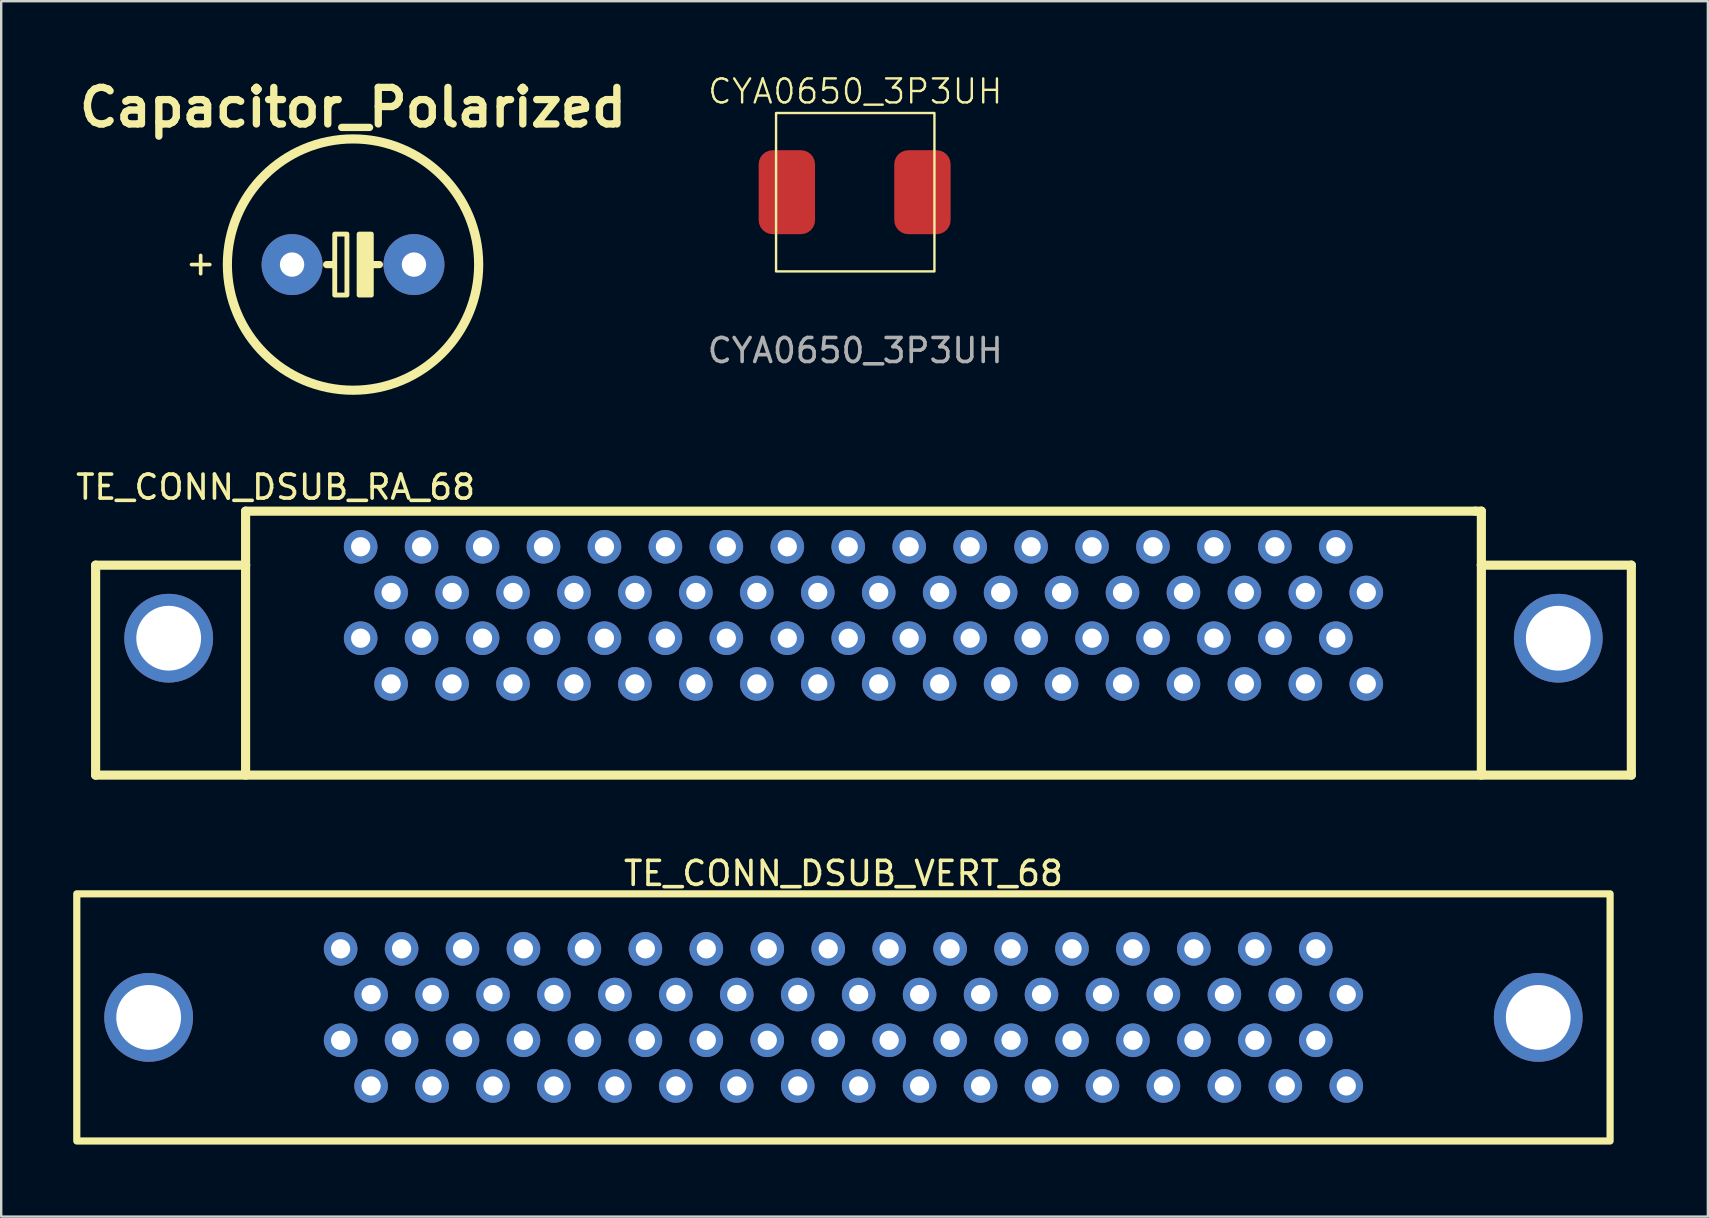
<source format=kicad_pcb>
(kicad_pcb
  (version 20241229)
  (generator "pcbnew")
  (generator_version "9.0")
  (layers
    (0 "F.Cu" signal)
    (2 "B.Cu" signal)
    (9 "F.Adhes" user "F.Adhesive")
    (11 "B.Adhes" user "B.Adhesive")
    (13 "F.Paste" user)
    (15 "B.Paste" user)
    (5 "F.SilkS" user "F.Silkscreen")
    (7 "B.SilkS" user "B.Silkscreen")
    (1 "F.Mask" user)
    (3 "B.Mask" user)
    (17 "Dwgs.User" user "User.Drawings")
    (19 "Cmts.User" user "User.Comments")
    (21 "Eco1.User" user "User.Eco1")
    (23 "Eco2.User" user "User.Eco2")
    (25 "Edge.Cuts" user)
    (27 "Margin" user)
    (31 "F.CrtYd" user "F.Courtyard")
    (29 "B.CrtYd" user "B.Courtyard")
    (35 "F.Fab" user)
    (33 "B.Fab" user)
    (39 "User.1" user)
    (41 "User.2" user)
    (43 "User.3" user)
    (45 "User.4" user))
  (footprint "Capacitor_Polarized"
    (layer "F.Cu")
    (at 11.662 7.976)
    (property "Reference" "Capacitor_Polarized" (at 0 -6.55 180) (layer "F.SilkS") (effects (font (size 1.524 1.524) (thickness 0.305))))
    (attr exclude_from_pos_files exclude_from_bom)
    (fp_line (start -6.35 -0.381) (end -6.35 0.381) (stroke (width 0.152) (type solid)) (layer "F.SilkS"))
    (fp_line (start -5.969 0) (end -6.731 0) (stroke (width 0.152) (type solid)) (layer "F.SilkS"))
    (fp_line (start -0.85 0) (end -1.1 0) (stroke (width 0.3) (type default)) (layer "F.SilkS"))
    (fp_line (start 0.85 0) (end 1.1 0) (stroke (width 0.3) (type default)) (layer "F.SilkS"))
    (fp_rect (start -0.762 -1.27) (end -0.254 1.27) (stroke (width 0.203) (type solid)) (fill no) (layer "F.SilkS"))
    (fp_rect (start 0.254 -1.27) (end 0.762 1.27) (stroke (width 0.203) (type solid)) (fill yes) (layer "F.SilkS"))
    (fp_circle (center 0 0) (end 1.27 -5.08) (stroke (width 0.381) (type solid)) (fill no) (layer "F.SilkS"))
    (pad "1" thru_hole circle (at -2.54 0) (size 2.54 2.54) (drill 1.016) (layers "*.Cu" "*.Mask"))
    (pad "2" thru_hole circle (at 2.54 0) (size 2.54 2.54) (drill 1.016) (layers "*.Cu" "*.Mask")))
  (footprint "CYA0650_3P3UH"
    (layer "F.Cu")
    (at 32.592 4.96)
    (property "Reference" "CYA0650_3P3UH" (at 0 -4.2 0) (unlocked yes) (layer "F.SilkS") (effects (font (size 1 1) (thickness 0.1))))
    (attr smd)
    (fp_rect (start -3.3 -3.3) (end 3.3 3.3) (stroke (width 0.1) (type default)) (fill no) (layer "F.SilkS"))
    (fp_text user "${REFERENCE}" (at 0 6.6 0) (unlocked yes) (layer "F.Fab") (effects (font (size 1 1) (thickness 0.15))))
    (pad "1" smd roundrect (at -2.85 0) (size 2.35 3.5) (layers "F.Cu" "F.Mask" "F.Paste") (roundrect_rratio 0.25))
    (pad "2" smd roundrect (at 2.8 0) (size 2.35 3.5) (layers "F.Cu" "F.Mask" "F.Paste") (roundrect_rratio 0.25)))
  (footprint "TE_CONN_DSUB_VERT_68"
    (layer "F.Cu")
    (at 32.1 39.35)
    (property "Reference" "TE_CONN_DSUB_VERT_68" (at 0 -6 0) (layer "F.SilkS") (effects (font (size 1 1) (thickness 0.15))))
    (fp_rect (start -31.95 -5.15) (end 31.95 5.15) (stroke (width 0.3) (type default)) (fill no) (layer "F.SilkS"))
    (pad "1" thru_hole circle (at -20.955 -2.857) (size 1.4 1.4) (drill 0.8) (layers "*.Cu" "*.Mask"))
    (pad "2" thru_hole circle (at -19.685 -0.953) (size 1.4 1.4) (drill 0.8) (layers "*.Cu" "*.Mask"))
    (pad "3" thru_hole circle (at -18.415 -2.857) (size 1.4 1.4) (drill 0.8) (layers "*.Cu" "*.Mask"))
    (pad "4" thru_hole circle (at -17.145 -0.953) (size 1.4 1.4) (drill 0.8) (layers "*.Cu" "*.Mask"))
    (pad "5" thru_hole circle (at -15.875 -2.857) (size 1.4 1.4) (drill 0.8) (layers "*.Cu" "*.Mask"))
    (pad "6" thru_hole circle (at -14.605 -0.953) (size 1.4 1.4) (drill 0.8) (layers "*.Cu" "*.Mask"))
    (pad "7" thru_hole circle (at -13.335 -2.857) (size 1.4 1.4) (drill 0.8) (layers "*.Cu" "*.Mask"))
    (pad "8" thru_hole circle (at -12.065 -0.953) (size 1.4 1.4) (drill 0.8) (layers "*.Cu" "*.Mask"))
    (pad "9" thru_hole circle (at -10.795 -2.857) (size 1.4 1.4) (drill 0.8) (layers "*.Cu" "*.Mask"))
    (pad "10" thru_hole circle (at -9.525 -0.953) (size 1.4 1.4) (drill 0.8) (layers "*.Cu" "*.Mask"))
    (pad "11" thru_hole circle (at -8.255 -2.857) (size 1.4 1.4) (drill 0.8) (layers "*.Cu" "*.Mask"))
    (pad "12" thru_hole circle (at -6.985 -0.953) (size 1.4 1.4) (drill 0.8) (layers "*.Cu" "*.Mask"))
    (pad "13" thru_hole circle (at -5.715 -2.857) (size 1.4 1.4) (drill 0.8) (layers "*.Cu" "*.Mask"))
    (pad "14" thru_hole circle (at -4.445 -0.953) (size 1.4 1.4) (drill 0.8) (layers "*.Cu" "*.Mask"))
    (pad "15" thru_hole circle (at -3.175 -2.857) (size 1.4 1.4) (drill 0.8) (layers "*.Cu" "*.Mask"))
    (pad "16" thru_hole circle (at -1.905 -0.953) (size 1.4 1.4) (drill 0.8) (layers "*.Cu" "*.Mask"))
    (pad "17" thru_hole circle (at -0.635 -2.857) (size 1.4 1.4) (drill 0.8) (layers "*.Cu" "*.Mask"))
    (pad "18" thru_hole circle (at 0.635 -0.953) (size 1.4 1.4) (drill 0.8) (layers "*.Cu" "*.Mask"))
    (pad "19" thru_hole circle (at 1.905 -2.857) (size 1.4 1.4) (drill 0.8) (layers "*.Cu" "*.Mask"))
    (pad "20" thru_hole circle (at 3.175 -0.953) (size 1.4 1.4) (drill 0.8) (layers "*.Cu" "*.Mask"))
    (pad "21" thru_hole circle (at 4.445 -2.857) (size 1.4 1.4) (drill 0.8) (layers "*.Cu" "*.Mask"))
    (pad "22" thru_hole circle (at 5.715 -0.953) (size 1.4 1.4) (drill 0.8) (layers "*.Cu" "*.Mask"))
    (pad "23" thru_hole circle (at 6.985 -2.857) (size 1.4 1.4) (drill 0.8) (layers "*.Cu" "*.Mask"))
    (pad "24" thru_hole circle (at 8.255 -0.953) (size 1.4 1.4) (drill 0.8) (layers "*.Cu" "*.Mask"))
    (pad "25" thru_hole circle (at 9.525 -2.857) (size 1.4 1.4) (drill 0.8) (layers "*.Cu" "*.Mask"))
    (pad "26" thru_hole circle (at 10.795 -0.953) (size 1.4 1.4) (drill 0.8) (layers "*.Cu" "*.Mask"))
    (pad "27" thru_hole circle (at 12.065 -2.857) (size 1.4 1.4) (drill 0.8) (layers "*.Cu" "*.Mask"))
    (pad "28" thru_hole circle (at 13.335 -0.953) (size 1.4 1.4) (drill 0.8) (layers "*.Cu" "*.Mask"))
    (pad "29" thru_hole circle (at 14.605 -2.857) (size 1.4 1.4) (drill 0.8) (layers "*.Cu" "*.Mask"))
    (pad "30" thru_hole circle (at 15.875 -0.953) (size 1.4 1.4) (drill 0.8) (layers "*.Cu" "*.Mask"))
    (pad "31" thru_hole circle (at 17.145 -2.857) (size 1.4 1.4) (drill 0.8) (layers "*.Cu" "*.Mask"))
    (pad "32" thru_hole circle (at 18.415 -0.953) (size 1.4 1.4) (drill 0.8) (layers "*.Cu" "*.Mask"))
    (pad "33" thru_hole circle (at 19.685 -2.857) (size 1.4 1.4) (drill 0.8) (layers "*.Cu" "*.Mask"))
    (pad "34" thru_hole circle (at 20.955 -0.953) (size 1.4 1.4) (drill 0.8) (layers "*.Cu" "*.Mask"))
    (pad "35" thru_hole circle (at -20.955 0.953) (size 1.4 1.4) (drill 0.8) (layers "*.Cu" "*.Mask"))
    (pad "36" thru_hole circle (at -19.685 2.857) (size 1.4 1.4) (drill 0.8) (layers "*.Cu" "*.Mask"))
    (pad "37" thru_hole circle (at -18.415 0.953) (size 1.4 1.4) (drill 0.8) (layers "*.Cu" "*.Mask"))
    (pad "38" thru_hole circle (at -17.145 2.857) (size 1.4 1.4) (drill 0.8) (layers "*.Cu" "*.Mask"))
    (pad "39" thru_hole circle (at -15.875 0.953) (size 1.4 1.4) (drill 0.8) (layers "*.Cu" "*.Mask"))
    (pad "40" thru_hole circle (at -14.605 2.857) (size 1.4 1.4) (drill 0.8) (layers "*.Cu" "*.Mask"))
    (pad "41" thru_hole circle (at -13.335 0.953) (size 1.4 1.4) (drill 0.8) (layers "*.Cu" "*.Mask"))
    (pad "42" thru_hole circle (at -12.065 2.857) (size 1.4 1.4) (drill 0.8) (layers "*.Cu" "*.Mask"))
    (pad "43" thru_hole circle (at -10.795 0.953) (size 1.4 1.4) (drill 0.8) (layers "*.Cu" "*.Mask"))
    (pad "44" thru_hole circle (at -9.525 2.857) (size 1.4 1.4) (drill 0.8) (layers "*.Cu" "*.Mask"))
    (pad "45" thru_hole circle (at -8.255 0.953) (size 1.4 1.4) (drill 0.8) (layers "*.Cu" "*.Mask"))
    (pad "46" thru_hole circle (at -6.985 2.857) (size 1.4 1.4) (drill 0.8) (layers "*.Cu" "*.Mask"))
    (pad "47" thru_hole circle (at -5.715 0.953) (size 1.4 1.4) (drill 0.8) (layers "*.Cu" "*.Mask"))
    (pad "48" thru_hole circle (at -4.445 2.857) (size 1.4 1.4) (drill 0.8) (layers "*.Cu" "*.Mask"))
    (pad "49" thru_hole circle (at -3.175 0.953) (size 1.4 1.4) (drill 0.8) (layers "*.Cu" "*.Mask"))
    (pad "50" thru_hole circle (at -1.905 2.857) (size 1.4 1.4) (drill 0.8) (layers "*.Cu" "*.Mask"))
    (pad "51" thru_hole circle (at -0.635 0.953) (size 1.4 1.4) (drill 0.8) (layers "*.Cu" "*.Mask"))
    (pad "52" thru_hole circle (at 0.635 2.857) (size 1.4 1.4) (drill 0.8) (layers "*.Cu" "*.Mask"))
    (pad "53" thru_hole circle (at 1.905 0.953) (size 1.4 1.4) (drill 0.8) (layers "*.Cu" "*.Mask"))
    (pad "54" thru_hole circle (at 3.175 2.857) (size 1.4 1.4) (drill 0.8) (layers "*.Cu" "*.Mask"))
    (pad "55" thru_hole circle (at 4.445 0.953) (size 1.4 1.4) (drill 0.8) (layers "*.Cu" "*.Mask"))
    (pad "56" thru_hole circle (at 5.715 2.857) (size 1.4 1.4) (drill 0.8) (layers "*.Cu" "*.Mask"))
    (pad "57" thru_hole circle (at 6.985 0.953) (size 1.4 1.4) (drill 0.8) (layers "*.Cu" "*.Mask"))
    (pad "58" thru_hole circle (at 8.255 2.857) (size 1.4 1.4) (drill 0.8) (layers "*.Cu" "*.Mask"))
    (pad "59" thru_hole circle (at 9.525 0.953) (size 1.4 1.4) (drill 0.8) (layers "*.Cu" "*.Mask"))
    (pad "60" thru_hole circle (at 10.795 2.857) (size 1.4 1.4) (drill 0.8) (layers "*.Cu" "*.Mask"))
    (pad "61" thru_hole circle (at 12.065 0.953) (size 1.4 1.4) (drill 0.8) (layers "*.Cu" "*.Mask"))
    (pad "62" thru_hole circle (at 13.335 2.857) (size 1.4 1.4) (drill 0.8) (layers "*.Cu" "*.Mask"))
    (pad "63" thru_hole circle (at 14.605 0.953) (size 1.4 1.4) (drill 0.8) (layers "*.Cu" "*.Mask"))
    (pad "64" thru_hole circle (at 15.875 2.857) (size 1.4 1.4) (drill 0.8) (layers "*.Cu" "*.Mask"))
    (pad "65" thru_hole circle (at 17.145 0.953) (size 1.4 1.4) (drill 0.8) (layers "*.Cu" "*.Mask"))
    (pad "66" thru_hole circle (at 18.415 2.857) (size 1.4 1.4) (drill 0.8) (layers "*.Cu" "*.Mask"))
    (pad "67" thru_hole circle (at 19.685 0.953) (size 1.4 1.4) (drill 0.8) (layers "*.Cu" "*.Mask"))
    (pad "68" thru_hole circle (at 20.955 2.857) (size 1.4 1.4) (drill 0.8) (layers "*.Cu" "*.Mask"))
    (pad "69" thru_hole circle (at -28.955 0) (size 3.7 3.7) (drill 2.7) (layers "*.Cu" "*.Mask"))
    (pad "70" thru_hole circle (at 28.955 0) (size 3.7 3.7) (drill 2.7) (layers "*.Cu" "*.Mask")))
  (footprint "TE_CONN_DSUB_RA_68"
    (layer "F.Cu")
    (at 32.935 29.252)
    (property "Reference" "TE_CONN_DSUB_RA_68" (at -24.5 -12 0) (layer "F.SilkS") (effects (font (size 1 1) (thickness 0.15))))
    (fp_line (start -32 -8.75) (end -25.75 -8.75) (stroke (width 0.381) (type solid)) (layer "F.SilkS"))
    (fp_line (start -32 0) (end -32 -8.75) (stroke (width 0.381) (type solid)) (layer "F.SilkS"))
    (fp_line (start -32 0) (end 32 0) (stroke (width 0.381) (type solid)) (layer "F.SilkS"))
    (fp_line (start -25.75 -11) (end 25.5 -11) (stroke (width 0.381) (type solid)) (layer "F.SilkS"))
    (fp_line (start -25.75 -8.75) (end -25.75 -11) (stroke (width 0.381) (type solid)) (layer "F.SilkS"))
    (fp_line (start -25.75 0) (end -25.75 -8.75) (stroke (width 0.381) (type solid)) (layer "F.SilkS"))
    (fp_line (start 25.5 -11) (end 25.75 -11) (stroke (width 0.381) (type solid)) (layer "F.SilkS"))
    (fp_line (start 25.75 -11) (end 25.75 -8.75) (stroke (width 0.381) (type solid)) (layer "F.SilkS"))
    (fp_line (start 25.75 -8.75) (end 32 -8.75) (stroke (width 0.381) (type solid)) (layer "F.SilkS"))
    (fp_line (start 25.75 0) (end 25.75 -8.75) (stroke (width 0.381) (type solid)) (layer "F.SilkS"))
    (fp_line (start 32 0) (end 32 -8.75) (stroke (width 0.381) (type solid)) (layer "F.SilkS"))
    (pad "1" thru_hole circle (at -20.955 -9.515) (size 1.4 1.4) (drill 0.8) (layers "*.Cu" "*.Mask"))
    (pad "2" thru_hole circle (at -19.685 -7.61) (size 1.4 1.4) (drill 0.8) (layers "*.Cu" "*.Mask"))
    (pad "3" thru_hole circle (at -18.415 -9.515) (size 1.4 1.4) (drill 0.8) (layers "*.Cu" "*.Mask"))
    (pad "4" thru_hole circle (at -17.145 -7.61) (size 1.4 1.4) (drill 0.8) (layers "*.Cu" "*.Mask"))
    (pad "5" thru_hole circle (at -15.875 -9.515) (size 1.4 1.4) (drill 0.8) (layers "*.Cu" "*.Mask"))
    (pad "6" thru_hole circle (at -14.605 -7.61) (size 1.4 1.4) (drill 0.8) (layers "*.Cu" "*.Mask"))
    (pad "7" thru_hole circle (at -13.335 -9.515) (size 1.4 1.4) (drill 0.8) (layers "*.Cu" "*.Mask"))
    (pad "8" thru_hole circle (at -12.065 -7.61) (size 1.4 1.4) (drill 0.8) (layers "*.Cu" "*.Mask"))
    (pad "9" thru_hole circle (at -10.795 -9.515) (size 1.4 1.4) (drill 0.8) (layers "*.Cu" "*.Mask"))
    (pad "10" thru_hole circle (at -9.525 -7.61) (size 1.4 1.4) (drill 0.8) (layers "*.Cu" "*.Mask"))
    (pad "11" thru_hole circle (at -8.255 -9.515) (size 1.4 1.4) (drill 0.8) (layers "*.Cu" "*.Mask"))
    (pad "12" thru_hole circle (at -6.985 -7.61) (size 1.4 1.4) (drill 0.8) (layers "*.Cu" "*.Mask"))
    (pad "13" thru_hole circle (at -5.715 -9.515) (size 1.4 1.4) (drill 0.8) (layers "*.Cu" "*.Mask"))
    (pad "14" thru_hole circle (at -4.445 -7.61) (size 1.4 1.4) (drill 0.8) (layers "*.Cu" "*.Mask"))
    (pad "15" thru_hole circle (at -3.175 -9.515) (size 1.4 1.4) (drill 0.8) (layers "*.Cu" "*.Mask"))
    (pad "16" thru_hole circle (at -1.905 -7.61) (size 1.4 1.4) (drill 0.8) (layers "*.Cu" "*.Mask"))
    (pad "17" thru_hole circle (at -0.635 -9.515) (size 1.4 1.4) (drill 0.8) (layers "*.Cu" "*.Mask"))
    (pad "18" thru_hole circle (at 0.635 -7.61) (size 1.4 1.4) (drill 0.8) (layers "*.Cu" "*.Mask"))
    (pad "19" thru_hole circle (at 1.905 -9.515) (size 1.4 1.4) (drill 0.8) (layers "*.Cu" "*.Mask"))
    (pad "20" thru_hole circle (at 3.175 -7.61) (size 1.4 1.4) (drill 0.8) (layers "*.Cu" "*.Mask"))
    (pad "21" thru_hole circle (at 4.445 -9.515) (size 1.4 1.4) (drill 0.8) (layers "*.Cu" "*.Mask"))
    (pad "22" thru_hole circle (at 5.715 -7.61) (size 1.4 1.4) (drill 0.8) (layers "*.Cu" "*.Mask"))
    (pad "23" thru_hole circle (at 6.985 -9.515) (size 1.4 1.4) (drill 0.8) (layers "*.Cu" "*.Mask"))
    (pad "24" thru_hole circle (at 8.255 -7.61) (size 1.4 1.4) (drill 0.8) (layers "*.Cu" "*.Mask"))
    (pad "25" thru_hole circle (at 9.525 -9.515) (size 1.4 1.4) (drill 0.8) (layers "*.Cu" "*.Mask"))
    (pad "26" thru_hole circle (at 10.795 -7.61) (size 1.4 1.4) (drill 0.8) (layers "*.Cu" "*.Mask"))
    (pad "27" thru_hole circle (at 12.065 -9.515) (size 1.4 1.4) (drill 0.8) (layers "*.Cu" "*.Mask"))
    (pad "28" thru_hole circle (at 13.335 -7.61) (size 1.4 1.4) (drill 0.8) (layers "*.Cu" "*.Mask"))
    (pad "29" thru_hole circle (at 14.605 -9.515) (size 1.4 1.4) (drill 0.8) (layers "*.Cu" "*.Mask"))
    (pad "30" thru_hole circle (at 15.875 -7.61) (size 1.4 1.4) (drill 0.8) (layers "*.Cu" "*.Mask"))
    (pad "31" thru_hole circle (at 17.145 -9.515) (size 1.4 1.4) (drill 0.8) (layers "*.Cu" "*.Mask"))
    (pad "32" thru_hole circle (at 18.415 -7.61) (size 1.4 1.4) (drill 0.8) (layers "*.Cu" "*.Mask"))
    (pad "33" thru_hole circle (at 19.685 -9.515) (size 1.4 1.4) (drill 0.8) (layers "*.Cu" "*.Mask"))
    (pad "34" thru_hole circle (at 20.955 -7.61) (size 1.4 1.4) (drill 0.8) (layers "*.Cu" "*.Mask"))
    (pad "35" thru_hole circle (at -20.955 -5.705) (size 1.4 1.4) (drill 0.8) (layers "*.Cu" "*.Mask"))
    (pad "36" thru_hole circle (at -19.685 -3.8) (size 1.4 1.4) (drill 0.8) (layers "*.Cu" "*.Mask"))
    (pad "37" thru_hole circle (at -18.415 -5.705) (size 1.4 1.4) (drill 0.8) (layers "*.Cu" "*.Mask"))
    (pad "38" thru_hole circle (at -17.145 -3.8) (size 1.4 1.4) (drill 0.8) (layers "*.Cu" "*.Mask"))
    (pad "39" thru_hole circle (at -15.875 -5.705) (size 1.4 1.4) (drill 0.8) (layers "*.Cu" "*.Mask"))
    (pad "40" thru_hole circle (at -14.605 -3.8) (size 1.4 1.4) (drill 0.8) (layers "*.Cu" "*.Mask"))
    (pad "41" thru_hole circle (at -13.335 -5.705) (size 1.4 1.4) (drill 0.8) (layers "*.Cu" "*.Mask"))
    (pad "42" thru_hole circle (at -12.065 -3.8) (size 1.4 1.4) (drill 0.8) (layers "*.Cu" "*.Mask"))
    (pad "43" thru_hole circle (at -10.795 -5.705) (size 1.4 1.4) (drill 0.8) (layers "*.Cu" "*.Mask"))
    (pad "44" thru_hole circle (at -9.525 -3.8) (size 1.4 1.4) (drill 0.8) (layers "*.Cu" "*.Mask"))
    (pad "45" thru_hole circle (at -8.255 -5.705) (size 1.4 1.4) (drill 0.8) (layers "*.Cu" "*.Mask"))
    (pad "46" thru_hole circle (at -6.985 -3.8) (size 1.4 1.4) (drill 0.8) (layers "*.Cu" "*.Mask"))
    (pad "47" thru_hole circle (at -5.715 -5.705) (size 1.4 1.4) (drill 0.8) (layers "*.Cu" "*.Mask"))
    (pad "48" thru_hole circle (at -4.445 -3.8) (size 1.4 1.4) (drill 0.8) (layers "*.Cu" "*.Mask"))
    (pad "49" thru_hole circle (at -3.175 -5.705) (size 1.4 1.4) (drill 0.8) (layers "*.Cu" "*.Mask"))
    (pad "50" thru_hole circle (at -1.905 -3.8) (size 1.4 1.4) (drill 0.8) (layers "*.Cu" "*.Mask"))
    (pad "51" thru_hole circle (at -0.635 -5.705) (size 1.4 1.4) (drill 0.8) (layers "*.Cu" "*.Mask"))
    (pad "52" thru_hole circle (at 0.635 -3.8) (size 1.4 1.4) (drill 0.8) (layers "*.Cu" "*.Mask"))
    (pad "53" thru_hole circle (at 1.905 -5.705) (size 1.4 1.4) (drill 0.8) (layers "*.Cu" "*.Mask"))
    (pad "54" thru_hole circle (at 3.175 -3.8) (size 1.4 1.4) (drill 0.8) (layers "*.Cu" "*.Mask"))
    (pad "55" thru_hole circle (at 4.445 -5.705) (size 1.4 1.4) (drill 0.8) (layers "*.Cu" "*.Mask"))
    (pad "56" thru_hole circle (at 5.715 -3.8) (size 1.4 1.4) (drill 0.8) (layers "*.Cu" "*.Mask"))
    (pad "57" thru_hole circle (at 6.985 -5.705) (size 1.4 1.4) (drill 0.8) (layers "*.Cu" "*.Mask"))
    (pad "58" thru_hole circle (at 8.255 -3.8) (size 1.4 1.4) (drill 0.8) (layers "*.Cu" "*.Mask"))
    (pad "59" thru_hole circle (at 9.525 -5.705) (size 1.4 1.4) (drill 0.8) (layers "*.Cu" "*.Mask"))
    (pad "60" thru_hole circle (at 10.795 -3.8) (size 1.4 1.4) (drill 0.8) (layers "*.Cu" "*.Mask"))
    (pad "61" thru_hole circle (at 12.065 -5.705) (size 1.4 1.4) (drill 0.8) (layers "*.Cu" "*.Mask"))
    (pad "62" thru_hole circle (at 13.335 -3.8) (size 1.4 1.4) (drill 0.8) (layers "*.Cu" "*.Mask"))
    (pad "63" thru_hole circle (at 14.605 -5.705) (size 1.4 1.4) (drill 0.8) (layers "*.Cu" "*.Mask"))
    (pad "64" thru_hole circle (at 15.875 -3.8) (size 1.4 1.4) (drill 0.8) (layers "*.Cu" "*.Mask"))
    (pad "65" thru_hole circle (at 17.145 -5.705) (size 1.4 1.4) (drill 0.8) (layers "*.Cu" "*.Mask"))
    (pad "66" thru_hole circle (at 18.415 -3.8) (size 1.4 1.4) (drill 0.8) (layers "*.Cu" "*.Mask"))
    (pad "67" thru_hole circle (at 19.685 -5.705) (size 1.4 1.4) (drill 0.8) (layers "*.Cu" "*.Mask"))
    (pad "68" thru_hole circle (at 20.955 -3.8) (size 1.4 1.4) (drill 0.8) (layers "*.Cu" "*.Mask"))
    (pad "69" thru_hole circle (at -28.955 -5.705) (size 3.7 3.7) (drill 2.7) (layers "*.Cu" "*.Mask"))
    (pad "70" thru_hole circle (at 28.955 -5.705) (size 3.7 3.7) (drill 2.7) (layers "*.Cu" "*.Mask")))
  (gr_rect
    (start -3 -3)
    (end 68.125 47.65)
    (stroke (width 0.1) (type default))
    (fill no)
    (layer "Edge.Cuts")))
</source>
